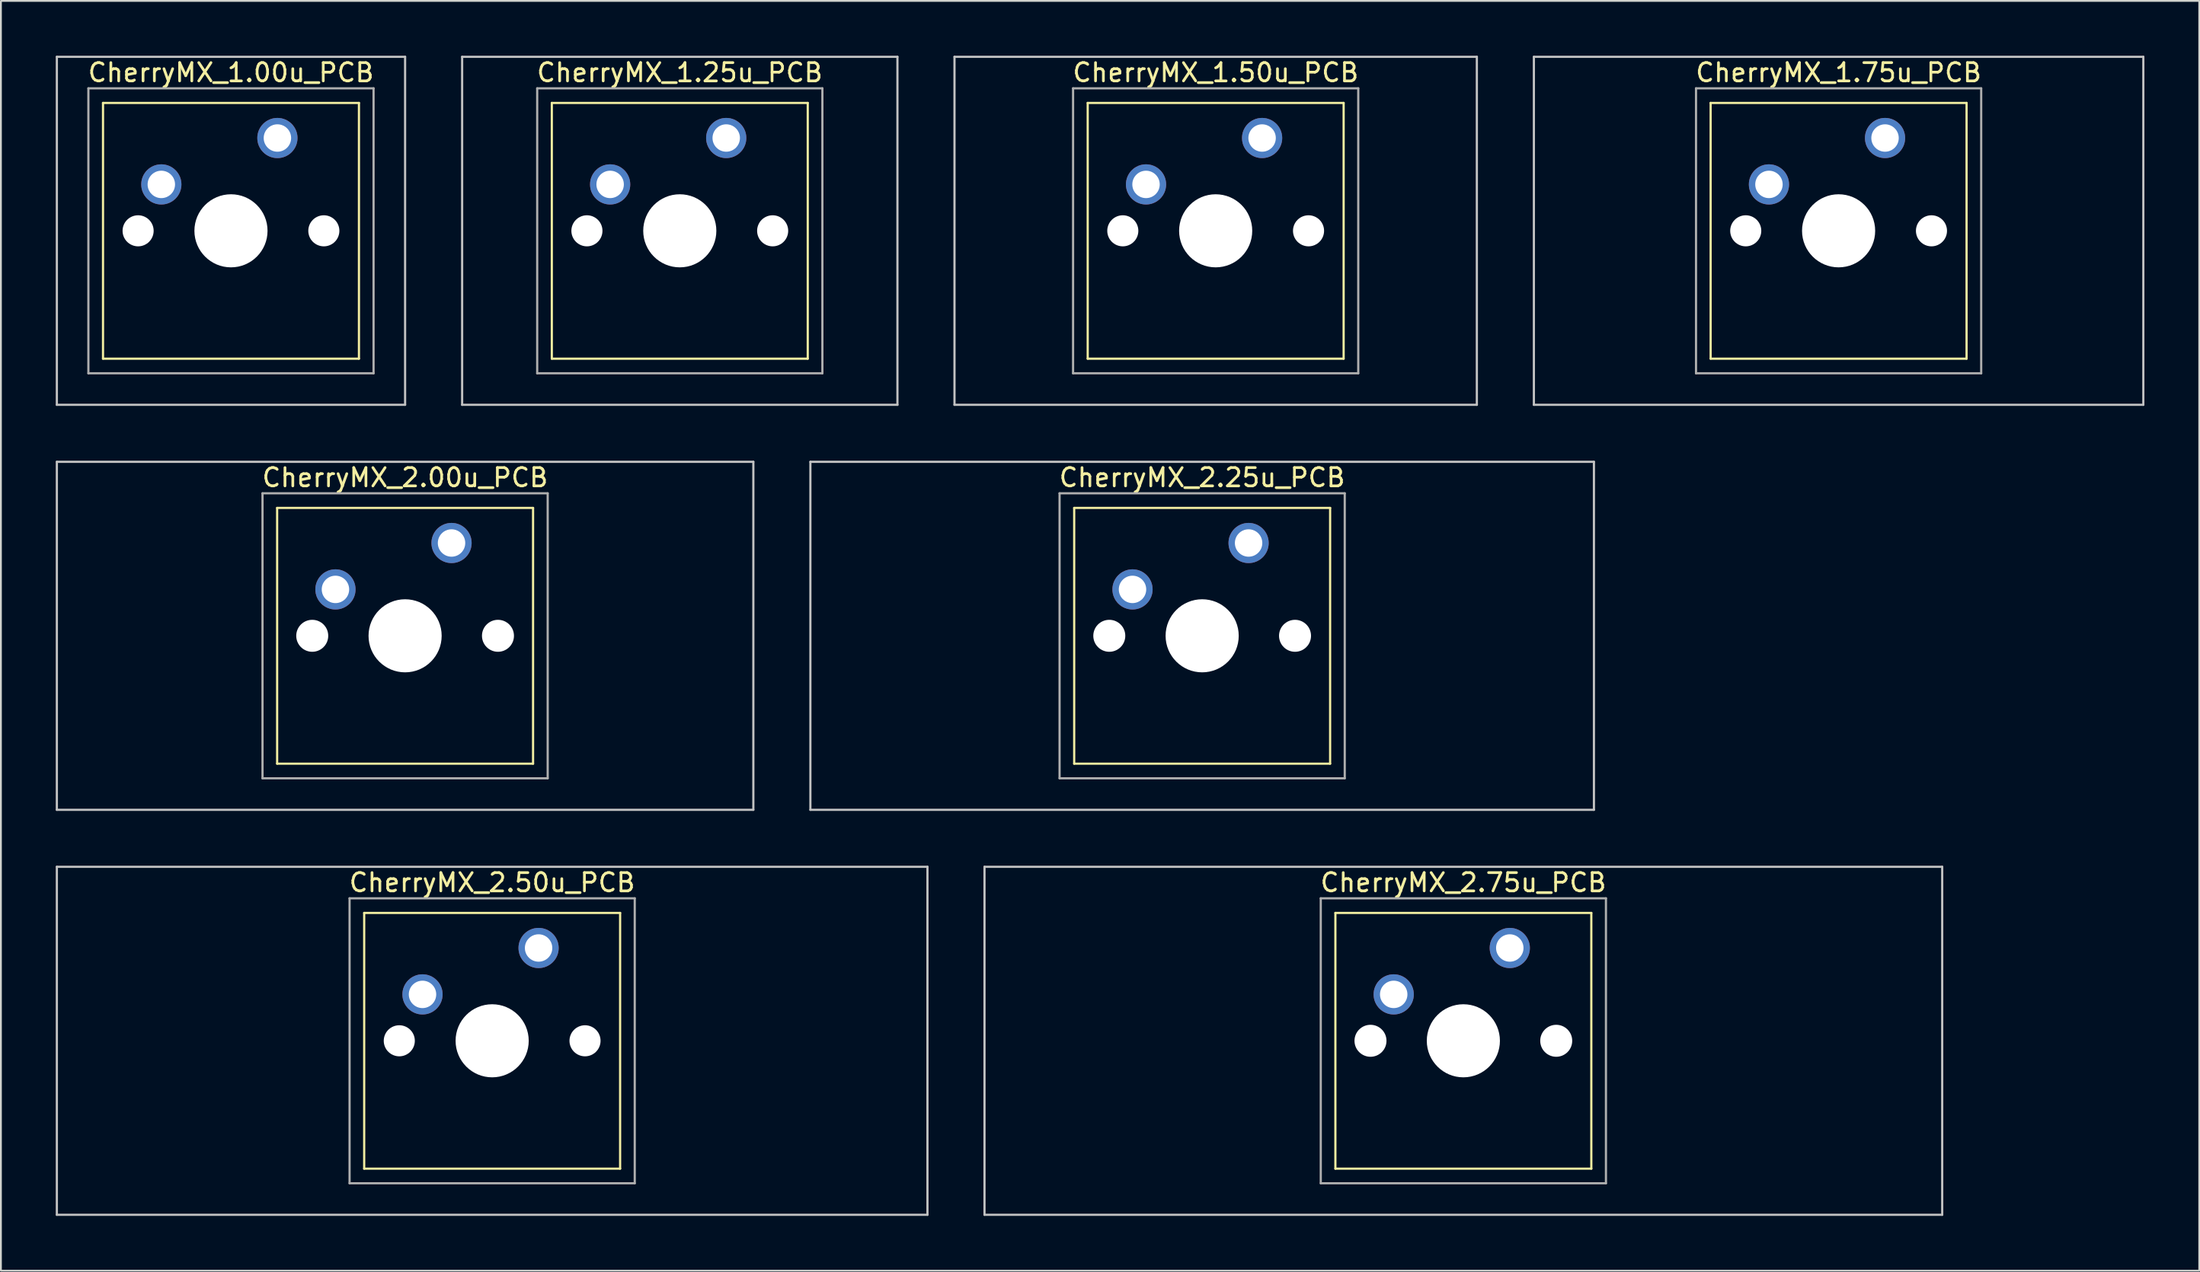
<source format=kicad_pcb>
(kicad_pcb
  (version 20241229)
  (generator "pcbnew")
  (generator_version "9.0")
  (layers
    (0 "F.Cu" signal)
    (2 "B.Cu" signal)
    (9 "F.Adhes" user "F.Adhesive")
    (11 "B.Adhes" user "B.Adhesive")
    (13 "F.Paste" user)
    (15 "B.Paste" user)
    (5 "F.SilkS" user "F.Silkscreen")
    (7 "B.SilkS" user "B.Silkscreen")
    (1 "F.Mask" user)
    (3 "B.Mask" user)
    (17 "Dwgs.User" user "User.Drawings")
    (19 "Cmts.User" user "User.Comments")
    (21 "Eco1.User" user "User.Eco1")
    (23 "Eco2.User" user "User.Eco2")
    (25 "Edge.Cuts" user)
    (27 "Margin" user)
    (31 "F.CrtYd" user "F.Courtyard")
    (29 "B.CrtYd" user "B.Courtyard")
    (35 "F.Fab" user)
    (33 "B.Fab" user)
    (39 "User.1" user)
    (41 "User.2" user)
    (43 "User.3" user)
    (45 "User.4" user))
  (footprint "CherryMX_1.00u_PCB"
    (layer "F.Cu")
    (at 9.585 9.585)
    (property "Reference" "CherryMX_1.00u_PCB" (at 0 -8.662 0) (layer "F.SilkS") (effects (font (size 1 1) (thickness 0.15))))
    (attr through_hole)
    (fp_line (start -7 -7) (end -7 7) (stroke (width 0.12) (type solid)) (layer "F.SilkS"))
    (fp_line (start -7 -7) (end 7 -7) (stroke (width 0.12) (type solid)) (layer "F.SilkS"))
    (fp_line (start 7 -7) (end 7 7) (stroke (width 0.12) (type solid)) (layer "F.SilkS"))
    (fp_line (start 7 7) (end -7 7) (stroke (width 0.12) (type solid)) (layer "F.SilkS"))
    (fp_line (start -9.525 -9.525) (end 9.525 -9.525) (stroke (width 0.12) (type solid)) (layer "Dwgs.User"))
    (fp_line (start -9.525 9.525) (end -9.525 -9.525) (stroke (width 0.12) (type solid)) (layer "Dwgs.User"))
    (fp_line (start 9.525 -9.525) (end 9.525 9.525) (stroke (width 0.12) (type solid)) (layer "Dwgs.User"))
    (fp_line (start 9.525 9.525) (end -9.525 9.525) (stroke (width 0.12) (type solid)) (layer "Dwgs.User"))
    (fp_line (start -7.8 -7.8) (end -7.8 7.8) (stroke (width 0.12) (type solid)) (layer "F.Fab"))
    (fp_line (start -7.8 -7.8) (end 7.8 -7.8) (stroke (width 0.12) (type solid)) (layer "F.Fab"))
    (fp_line (start -7.8 7.8) (end 7.8 7.8) (stroke (width 0.12) (type solid)) (layer "F.Fab"))
    (fp_line (start 7.8 -7.8) (end 7.8 7.8) (stroke (width 0.12) (type solid)) (layer "F.Fab"))
    (pad "" np_thru_hole circle (at -5.08 0) (size 1.7 1.7) (drill 1.7) (layers "*.Cu" "*.Mask"))
    (pad "" np_thru_hole circle (at 0 0) (size 4 4) (drill 4) (layers "*.Cu" "*.Mask"))
    (pad "" np_thru_hole circle (at 5.08 0) (size 1.7 1.7) (drill 1.7) (layers "*.Cu" "*.Mask"))
    (pad "1" thru_hole circle (at -3.81 -2.54) (size 2.2 2.2) (drill 1.5) (layers "*.Cu" "*.Mask"))
    (pad "2" thru_hole circle (at 2.54 -5.08) (size 2.2 2.2) (drill 1.5) (layers "*.Cu" "*.Mask")))
  (footprint "CherryMX_2.50u_PCB"
    (layer "F.Cu")
    (at 23.872 53.925)
    (property "Reference" "CherryMX_2.50u_PCB" (at 0 -8.662 0) (layer "F.SilkS") (effects (font (size 1 1) (thickness 0.15))))
    (attr through_hole)
    (fp_line (start -7 -7) (end -7 7) (stroke (width 0.12) (type solid)) (layer "F.SilkS"))
    (fp_line (start -7 -7) (end 7 -7) (stroke (width 0.12) (type solid)) (layer "F.SilkS"))
    (fp_line (start 7 -7) (end 7 7) (stroke (width 0.12) (type solid)) (layer "F.SilkS"))
    (fp_line (start 7 7) (end -7 7) (stroke (width 0.12) (type solid)) (layer "F.SilkS"))
    (fp_line (start -23.812 -9.525) (end 23.812 -9.525) (stroke (width 0.12) (type solid)) (layer "Dwgs.User"))
    (fp_line (start -23.812 9.525) (end -23.812 -9.525) (stroke (width 0.12) (type solid)) (layer "Dwgs.User"))
    (fp_line (start 23.812 -9.525) (end 23.812 9.525) (stroke (width 0.12) (type solid)) (layer "Dwgs.User"))
    (fp_line (start 23.812 9.525) (end -23.812 9.525) (stroke (width 0.12) (type solid)) (layer "Dwgs.User"))
    (fp_line (start -7.8 -7.8) (end -7.8 7.8) (stroke (width 0.12) (type solid)) (layer "F.Fab"))
    (fp_line (start -7.8 -7.8) (end 7.8 -7.8) (stroke (width 0.12) (type solid)) (layer "F.Fab"))
    (fp_line (start -7.8 7.8) (end 7.8 7.8) (stroke (width 0.12) (type solid)) (layer "F.Fab"))
    (fp_line (start 7.8 -7.8) (end 7.8 7.8) (stroke (width 0.12) (type solid)) (layer "F.Fab"))
    (pad "" np_thru_hole circle (at -5.08 0) (size 1.7 1.7) (drill 1.7) (layers "*.Cu" "*.Mask"))
    (pad "" np_thru_hole circle (at 0 0) (size 4 4) (drill 4) (layers "*.Cu" "*.Mask"))
    (pad "" np_thru_hole circle (at 5.08 0) (size 1.7 1.7) (drill 1.7) (layers "*.Cu" "*.Mask"))
    (pad "1" thru_hole circle (at -3.81 -2.54) (size 2.2 2.2) (drill 1.5) (layers "*.Cu" "*.Mask"))
    (pad "2" thru_hole circle (at 2.54 -5.08) (size 2.2 2.2) (drill 1.5) (layers "*.Cu" "*.Mask")))
  (footprint "CherryMX_1.75u_PCB"
    (layer "F.Cu")
    (at 97.526 9.585)
    (property "Reference" "CherryMX_1.75u_PCB" (at 0 -8.662 0) (layer "F.SilkS") (effects (font (size 1 1) (thickness 0.15))))
    (attr through_hole)
    (fp_line (start -7 -7) (end -7 7) (stroke (width 0.12) (type solid)) (layer "F.SilkS"))
    (fp_line (start -7 -7) (end 7 -7) (stroke (width 0.12) (type solid)) (layer "F.SilkS"))
    (fp_line (start 7 -7) (end 7 7) (stroke (width 0.12) (type solid)) (layer "F.SilkS"))
    (fp_line (start 7 7) (end -7 7) (stroke (width 0.12) (type solid)) (layer "F.SilkS"))
    (fp_line (start -16.669 -9.525) (end 16.669 -9.525) (stroke (width 0.12) (type solid)) (layer "Dwgs.User"))
    (fp_line (start -16.669 9.525) (end -16.669 -9.525) (stroke (width 0.12) (type solid)) (layer "Dwgs.User"))
    (fp_line (start 16.669 -9.525) (end 16.669 9.525) (stroke (width 0.12) (type solid)) (layer "Dwgs.User"))
    (fp_line (start 16.669 9.525) (end -16.669 9.525) (stroke (width 0.12) (type solid)) (layer "Dwgs.User"))
    (fp_line (start -7.8 -7.8) (end -7.8 7.8) (stroke (width 0.12) (type solid)) (layer "F.Fab"))
    (fp_line (start -7.8 -7.8) (end 7.8 -7.8) (stroke (width 0.12) (type solid)) (layer "F.Fab"))
    (fp_line (start -7.8 7.8) (end 7.8 7.8) (stroke (width 0.12) (type solid)) (layer "F.Fab"))
    (fp_line (start 7.8 -7.8) (end 7.8 7.8) (stroke (width 0.12) (type solid)) (layer "F.Fab"))
    (pad "" np_thru_hole circle (at -5.08 0) (size 1.7 1.7) (drill 1.7) (layers "*.Cu" "*.Mask"))
    (pad "" np_thru_hole circle (at 0 0) (size 4 4) (drill 4) (layers "*.Cu" "*.Mask"))
    (pad "" np_thru_hole circle (at 5.08 0) (size 1.7 1.7) (drill 1.7) (layers "*.Cu" "*.Mask"))
    (pad "1" thru_hole circle (at -3.81 -2.54) (size 2.2 2.2) (drill 1.5) (layers "*.Cu" "*.Mask"))
    (pad "2" thru_hole circle (at 2.54 -5.08) (size 2.2 2.2) (drill 1.5) (layers "*.Cu" "*.Mask")))
  (footprint "CherryMX_1.25u_PCB"
    (layer "F.Cu")
    (at 34.136 9.585)
    (property "Reference" "CherryMX_1.25u_PCB" (at 0 -8.662 0) (layer "F.SilkS") (effects (font (size 1 1) (thickness 0.15))))
    (attr through_hole)
    (fp_line (start -7 -7) (end -7 7) (stroke (width 0.12) (type solid)) (layer "F.SilkS"))
    (fp_line (start -7 -7) (end 7 -7) (stroke (width 0.12) (type solid)) (layer "F.SilkS"))
    (fp_line (start 7 -7) (end 7 7) (stroke (width 0.12) (type solid)) (layer "F.SilkS"))
    (fp_line (start 7 7) (end -7 7) (stroke (width 0.12) (type solid)) (layer "F.SilkS"))
    (fp_line (start -11.906 -9.525) (end 11.906 -9.525) (stroke (width 0.12) (type solid)) (layer "Dwgs.User"))
    (fp_line (start -11.906 9.525) (end -11.906 -9.525) (stroke (width 0.12) (type solid)) (layer "Dwgs.User"))
    (fp_line (start 11.906 -9.525) (end 11.906 9.525) (stroke (width 0.12) (type solid)) (layer "Dwgs.User"))
    (fp_line (start 11.906 9.525) (end -11.906 9.525) (stroke (width 0.12) (type solid)) (layer "Dwgs.User"))
    (fp_line (start -7.8 -7.8) (end -7.8 7.8) (stroke (width 0.12) (type solid)) (layer "F.Fab"))
    (fp_line (start -7.8 -7.8) (end 7.8 -7.8) (stroke (width 0.12) (type solid)) (layer "F.Fab"))
    (fp_line (start -7.8 7.8) (end 7.8 7.8) (stroke (width 0.12) (type solid)) (layer "F.Fab"))
    (fp_line (start 7.8 -7.8) (end 7.8 7.8) (stroke (width 0.12) (type solid)) (layer "F.Fab"))
    (pad "" np_thru_hole circle (at -5.08 0) (size 1.7 1.7) (drill 1.7) (layers "*.Cu" "*.Mask"))
    (pad "" np_thru_hole circle (at 0 0) (size 4 4) (drill 4) (layers "*.Cu" "*.Mask"))
    (pad "" np_thru_hole circle (at 5.08 0) (size 1.7 1.7) (drill 1.7) (layers "*.Cu" "*.Mask"))
    (pad "1" thru_hole circle (at -3.81 -2.54) (size 2.2 2.2) (drill 1.5) (layers "*.Cu" "*.Mask"))
    (pad "2" thru_hole circle (at 2.54 -5.08) (size 2.2 2.2) (drill 1.5) (layers "*.Cu" "*.Mask")))
  (footprint "CherryMX_1.50u_PCB"
    (layer "F.Cu")
    (at 63.45 9.585)
    (property "Reference" "CherryMX_1.50u_PCB" (at 0 -8.662 0) (layer "F.SilkS") (effects (font (size 1 1) (thickness 0.15))))
    (attr through_hole)
    (fp_line (start -7 -7) (end -7 7) (stroke (width 0.12) (type solid)) (layer "F.SilkS"))
    (fp_line (start -7 -7) (end 7 -7) (stroke (width 0.12) (type solid)) (layer "F.SilkS"))
    (fp_line (start 7 -7) (end 7 7) (stroke (width 0.12) (type solid)) (layer "F.SilkS"))
    (fp_line (start 7 7) (end -7 7) (stroke (width 0.12) (type solid)) (layer "F.SilkS"))
    (fp_line (start -14.287 -9.525) (end 14.287 -9.525) (stroke (width 0.12) (type solid)) (layer "Dwgs.User"))
    (fp_line (start -14.287 9.525) (end -14.287 -9.525) (stroke (width 0.12) (type solid)) (layer "Dwgs.User"))
    (fp_line (start 14.287 -9.525) (end 14.287 9.525) (stroke (width 0.12) (type solid)) (layer "Dwgs.User"))
    (fp_line (start 14.287 9.525) (end -14.287 9.525) (stroke (width 0.12) (type solid)) (layer "Dwgs.User"))
    (fp_line (start -7.8 -7.8) (end -7.8 7.8) (stroke (width 0.12) (type solid)) (layer "F.Fab"))
    (fp_line (start -7.8 -7.8) (end 7.8 -7.8) (stroke (width 0.12) (type solid)) (layer "F.Fab"))
    (fp_line (start -7.8 7.8) (end 7.8 7.8) (stroke (width 0.12) (type solid)) (layer "F.Fab"))
    (fp_line (start 7.8 -7.8) (end 7.8 7.8) (stroke (width 0.12) (type solid)) (layer "F.Fab"))
    (pad "" np_thru_hole circle (at -5.08 0) (size 1.7 1.7) (drill 1.7) (layers "*.Cu" "*.Mask"))
    (pad "" np_thru_hole circle (at 0 0) (size 4 4) (drill 4) (layers "*.Cu" "*.Mask"))
    (pad "" np_thru_hole circle (at 5.08 0) (size 1.7 1.7) (drill 1.7) (layers "*.Cu" "*.Mask"))
    (pad "1" thru_hole circle (at -3.81 -2.54) (size 2.2 2.2) (drill 1.5) (layers "*.Cu" "*.Mask"))
    (pad "2" thru_hole circle (at 2.54 -5.08) (size 2.2 2.2) (drill 1.5) (layers "*.Cu" "*.Mask")))
  (footprint "CherryMX_2.75u_PCB"
    (layer "F.Cu")
    (at 76.999 53.925)
    (property "Reference" "CherryMX_2.75u_PCB" (at 0 -8.662 0) (layer "F.SilkS") (effects (font (size 1 1) (thickness 0.15))))
    (attr through_hole)
    (fp_line (start -7 -7) (end -7 7) (stroke (width 0.12) (type solid)) (layer "F.SilkS"))
    (fp_line (start -7 -7) (end 7 -7) (stroke (width 0.12) (type solid)) (layer "F.SilkS"))
    (fp_line (start 7 -7) (end 7 7) (stroke (width 0.12) (type solid)) (layer "F.SilkS"))
    (fp_line (start 7 7) (end -7 7) (stroke (width 0.12) (type solid)) (layer "F.SilkS"))
    (fp_line (start -26.194 -9.525) (end 26.194 -9.525) (stroke (width 0.12) (type solid)) (layer "Dwgs.User"))
    (fp_line (start -26.194 9.525) (end -26.194 -9.525) (stroke (width 0.12) (type solid)) (layer "Dwgs.User"))
    (fp_line (start 26.194 -9.525) (end 26.194 9.525) (stroke (width 0.12) (type solid)) (layer "Dwgs.User"))
    (fp_line (start 26.194 9.525) (end -26.194 9.525) (stroke (width 0.12) (type solid)) (layer "Dwgs.User"))
    (fp_line (start -7.8 -7.8) (end -7.8 7.8) (stroke (width 0.12) (type solid)) (layer "F.Fab"))
    (fp_line (start -7.8 -7.8) (end 7.8 -7.8) (stroke (width 0.12) (type solid)) (layer "F.Fab"))
    (fp_line (start -7.8 7.8) (end 7.8 7.8) (stroke (width 0.12) (type solid)) (layer "F.Fab"))
    (fp_line (start 7.8 -7.8) (end 7.8 7.8) (stroke (width 0.12) (type solid)) (layer "F.Fab"))
    (pad "" np_thru_hole circle (at -5.08 0) (size 1.75 1.75) (drill 1.75) (layers "*.Cu" "*.Mask"))
    (pad "" np_thru_hole circle (at 0 0) (size 4 4) (drill 4) (layers "*.Cu" "*.Mask"))
    (pad "" np_thru_hole circle (at 5.08 0) (size 1.75 1.75) (drill 1.75) (layers "*.Cu" "*.Mask"))
    (pad "1" thru_hole circle (at -3.81 -2.54) (size 2.2 2.2) (drill 1.5) (layers "*.Cu" "*.Mask"))
    (pad "2" thru_hole circle (at 2.54 -5.08) (size 2.2 2.2) (drill 1.5) (layers "*.Cu" "*.Mask")))
  (footprint "CherryMX_2.25u_PCB"
    (layer "F.Cu")
    (at 62.711 31.755)
    (property "Reference" "CherryMX_2.25u_PCB" (at 0 -8.662 0) (layer "F.SilkS") (effects (font (size 1 1) (thickness 0.15))))
    (attr through_hole)
    (fp_line (start -7 -7) (end -7 7) (stroke (width 0.12) (type solid)) (layer "F.SilkS"))
    (fp_line (start -7 -7) (end 7 -7) (stroke (width 0.12) (type solid)) (layer "F.SilkS"))
    (fp_line (start 7 -7) (end 7 7) (stroke (width 0.12) (type solid)) (layer "F.SilkS"))
    (fp_line (start 7 7) (end -7 7) (stroke (width 0.12) (type solid)) (layer "F.SilkS"))
    (fp_line (start -21.431 -9.525) (end 21.431 -9.525) (stroke (width 0.12) (type solid)) (layer "Dwgs.User"))
    (fp_line (start -21.431 9.525) (end -21.431 -9.525) (stroke (width 0.12) (type solid)) (layer "Dwgs.User"))
    (fp_line (start 21.431 -9.525) (end 21.431 9.525) (stroke (width 0.12) (type solid)) (layer "Dwgs.User"))
    (fp_line (start 21.431 9.525) (end -21.431 9.525) (stroke (width 0.12) (type solid)) (layer "Dwgs.User"))
    (fp_line (start -7.8 -7.8) (end -7.8 7.8) (stroke (width 0.12) (type solid)) (layer "F.Fab"))
    (fp_line (start -7.8 -7.8) (end 7.8 -7.8) (stroke (width 0.12) (type solid)) (layer "F.Fab"))
    (fp_line (start -7.8 7.8) (end 7.8 7.8) (stroke (width 0.12) (type solid)) (layer "F.Fab"))
    (fp_line (start 7.8 -7.8) (end 7.8 7.8) (stroke (width 0.12) (type solid)) (layer "F.Fab"))
    (pad "" np_thru_hole circle (at -5.08 0) (size 1.75 1.75) (drill 1.75) (layers "*.Cu" "*.Mask"))
    (pad "" np_thru_hole circle (at 0 0) (size 4 4) (drill 4) (layers "*.Cu" "*.Mask"))
    (pad "" np_thru_hole circle (at 5.08 0) (size 1.75 1.75) (drill 1.75) (layers "*.Cu" "*.Mask"))
    (pad "1" thru_hole circle (at -3.81 -2.54) (size 2.2 2.2) (drill 1.5) (layers "*.Cu" "*.Mask"))
    (pad "2" thru_hole circle (at 2.54 -5.08) (size 2.2 2.2) (drill 1.5) (layers "*.Cu" "*.Mask")))
  (footprint "CherryMX_2.00u_PCB"
    (layer "F.Cu")
    (at 19.11 31.755)
    (property "Reference" "CherryMX_2.00u_PCB" (at 0 -8.662 0) (layer "F.SilkS") (effects (font (size 1 1) (thickness 0.15))))
    (attr through_hole)
    (fp_line (start -7 -7) (end -7 7) (stroke (width 0.12) (type solid)) (layer "F.SilkS"))
    (fp_line (start -7 -7) (end 7 -7) (stroke (width 0.12) (type solid)) (layer "F.SilkS"))
    (fp_line (start 7 -7) (end 7 7) (stroke (width 0.12) (type solid)) (layer "F.SilkS"))
    (fp_line (start 7 7) (end -7 7) (stroke (width 0.12) (type solid)) (layer "F.SilkS"))
    (fp_line (start -19.05 -9.525) (end 19.05 -9.525) (stroke (width 0.12) (type solid)) (layer "Dwgs.User"))
    (fp_line (start -19.05 9.525) (end -19.05 -9.525) (stroke (width 0.12) (type solid)) (layer "Dwgs.User"))
    (fp_line (start 19.05 -9.525) (end 19.05 9.525) (stroke (width 0.12) (type solid)) (layer "Dwgs.User"))
    (fp_line (start 19.05 9.525) (end -19.05 9.525) (stroke (width 0.12) (type solid)) (layer "Dwgs.User"))
    (fp_line (start -7.8 -7.8) (end -7.8 7.8) (stroke (width 0.12) (type solid)) (layer "F.Fab"))
    (fp_line (start -7.8 -7.8) (end 7.8 -7.8) (stroke (width 0.12) (type solid)) (layer "F.Fab"))
    (fp_line (start -7.8 7.8) (end 7.8 7.8) (stroke (width 0.12) (type solid)) (layer "F.Fab"))
    (fp_line (start 7.8 -7.8) (end 7.8 7.8) (stroke (width 0.12) (type solid)) (layer "F.Fab"))
    (pad "" np_thru_hole circle (at -5.08 0) (size 1.75 1.75) (drill 1.75) (layers "*.Cu" "*.Mask"))
    (pad "" np_thru_hole circle (at 0 0) (size 4 4) (drill 4) (layers "*.Cu" "*.Mask"))
    (pad "" np_thru_hole circle (at 5.08 0) (size 1.75 1.75) (drill 1.75) (layers "*.Cu" "*.Mask"))
    (pad "1" thru_hole circle (at -3.81 -2.54) (size 2.2 2.2) (drill 1.5) (layers "*.Cu" "*.Mask"))
    (pad "2" thru_hole circle (at 2.54 -5.08) (size 2.2 2.2) (drill 1.5) (layers "*.Cu" "*.Mask")))
  (gr_rect
    (start -3 -3)
    (end 117.255 66.51)
    (stroke (width 0.1) (type default))
    (fill no)
    (layer "Edge.Cuts")))
</source>
